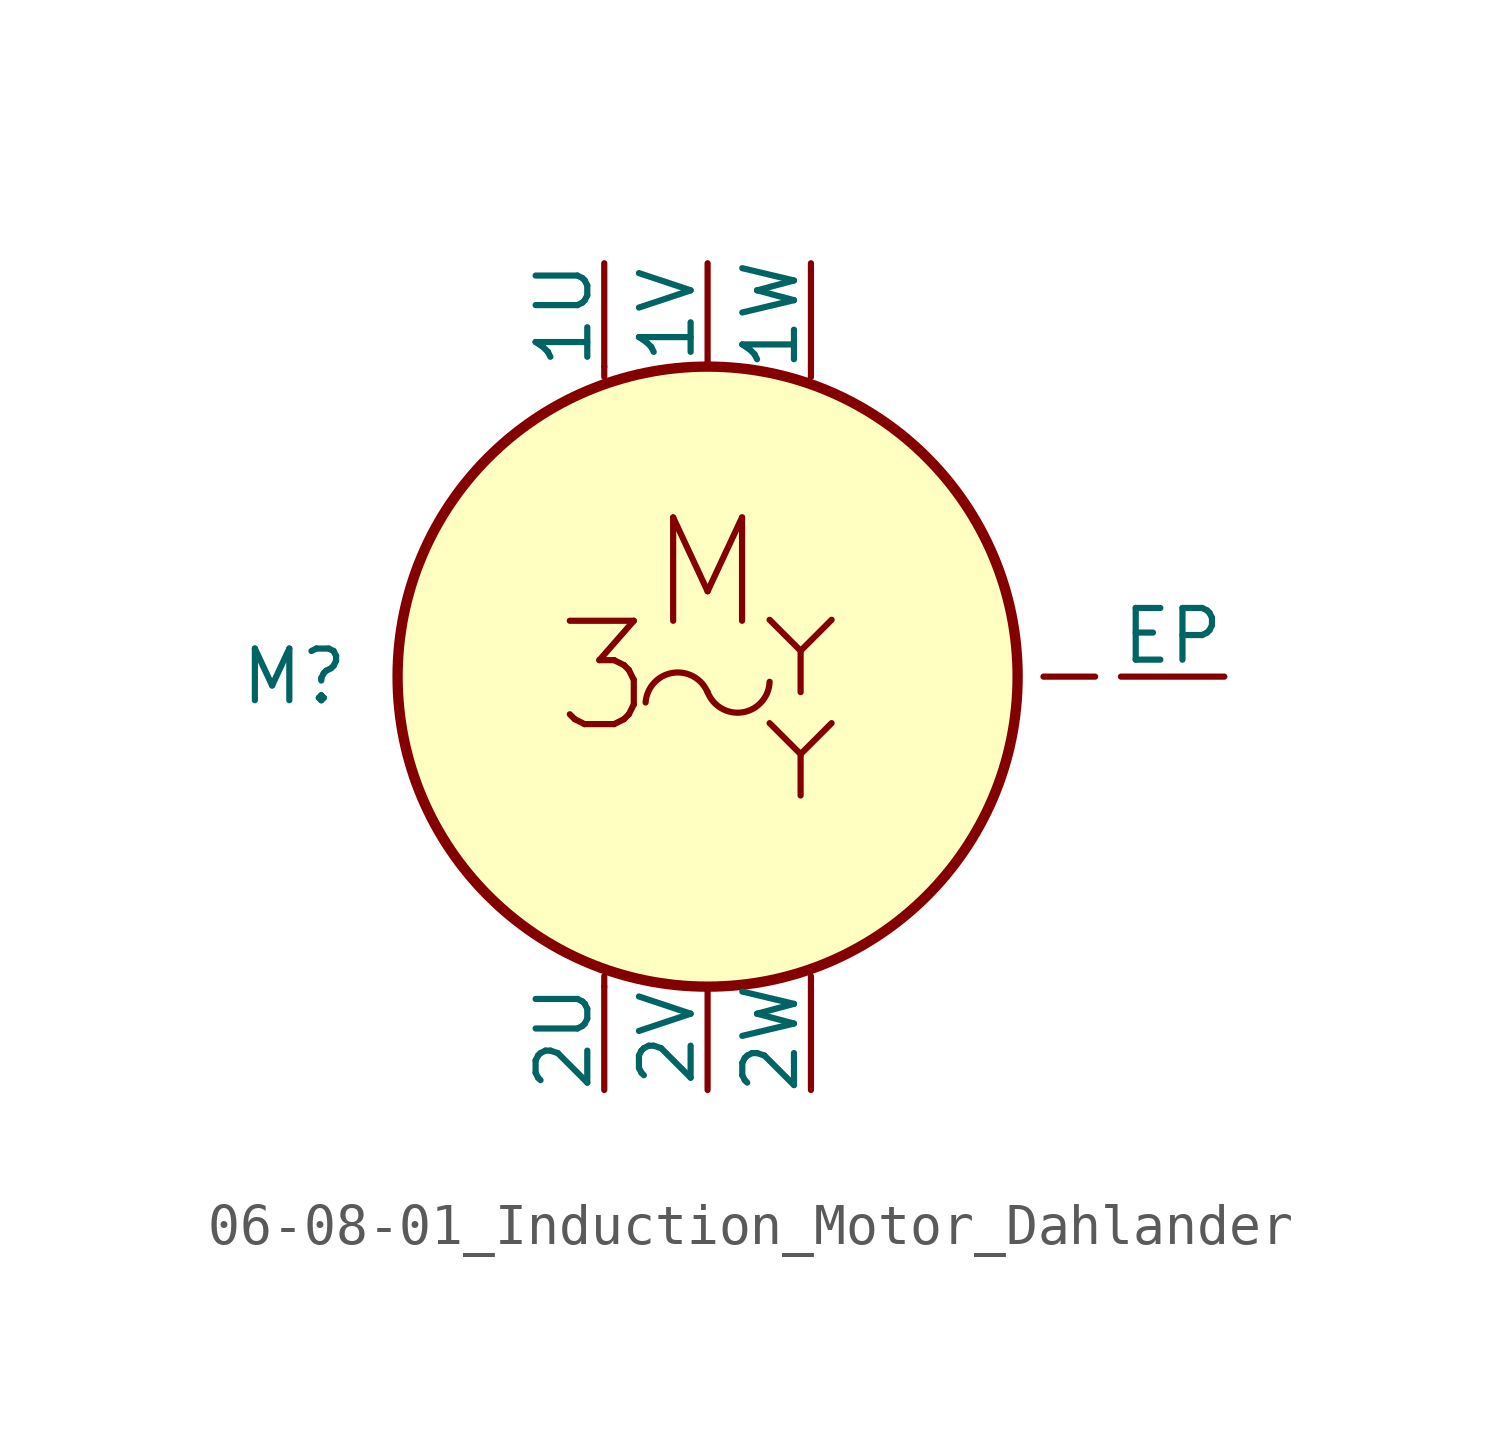
<source format=kicad_sym>
(kicad_symbol_lib
  (version 20201005)
  (generator kicad_symbol_editor)
  (symbol "Symbol_IEC_60617-6:06-08-01_Induction_Motor_Dahlander"
    (pin_numbers hide)
    (pin_names
      (offset 0))
    (property "Reference" "M"
      (at -10.16 0 0)
      (effects (font (size 1.27 1.27))))
    (symbol "06-08-01_Induction_Motor_Dahlander_0_1"
      (circle (center 0 0) (radius 7.62) (stroke (width 0.254)) (fill (type background)))
      (polyline (pts (xy -2.54 -7.62) (xy -2.54 -7.366)) (stroke (width 0.152)) (fill (type none)))
      (polyline (pts (xy -2.54 7.62) (xy -2.54 7.366)) (stroke (width 0.152)) (fill (type none)))
      (polyline (pts (xy 2.54 -7.62) (xy 2.54 -7.366)) (stroke (width 0.152)) (fill (type none)))
      (polyline (pts (xy 2.54 7.62) (xy 2.54 7.366)) (stroke (width 0.152)) (fill (type none))))
    (symbol "06-08-01_Induction_Motor_Dahlander_1_1"
      (arc (start 0 -0.381) (end -1.524 -0.635) (radius (at -0.7366 -0.6858) (length 0.7874) (angles 22.5 176.3)) (stroke (width 0)) (fill (type none)))
      (arc (start 1.524 -0.127) (end 0 -0.381) (radius (at 0.7112 -0.0762) (length 0.762) (angles -3.6 -156.8)) (stroke (width 0)) (fill (type none)))
      (text "3" (at -2.54 0 0) (effects (font (size 2.54 2.54))))
      (text "M" (at 0 2.54 0) (effects (font (size 2.54 2.54))))
      (polyline (pts (xy 2.286 -1.905) (xy 3.048 -1.143)) (stroke (width 0)) (fill (type none)))
      (polyline (pts (xy 2.286 0.635) (xy 3.048 1.397)) (stroke (width 0)) (fill (type none)))
      (polyline (pts (xy 9.525 0) (xy 8.255 0)) (stroke (width 0.152)) (fill (type none)))
      (polyline (pts (xy 2.286 -2.921) (xy 2.286 -1.905) (xy 1.524 -1.143)) (stroke (width 0)) (fill (type none)))
      (polyline (pts (xy 2.286 -0.381) (xy 2.286 0.635) (xy 1.524 1.397)) (stroke (width 0)) (fill (type none)))
      (pin passive line (at -2.54 10.16 270) (length 2.54) (name "1U" (effects (font (size 1.27 1.27)))) (number "1" (effects (font (size 1.27 1.27)))))
      (pin passive line (at 0 10.16 270) (length 2.54) (name "1V" (effects (font (size 1.27 1.27)))) (number "2" (effects (font (size 1.27 1.27)))))
      (pin passive line (at 2.54 10.16 270) (length 2.54) (name "1W" (effects (font (size 1.27 1.27)))) (number "3" (effects (font (size 1.27 1.27)))))
      (pin passive line (at -2.54 -10.16 90) (length 2.54) (name "2U" (effects (font (size 1.27 1.27)))) (number "4" (effects (font (size 1.27 1.27)))))
      (pin passive line (at 0 -10.16 90) (length 2.54) (name "2V" (effects (font (size 1.27 1.27)))) (number "5" (effects (font (size 1.27 1.27)))))
      (pin passive line (at 2.54 -10.16 90) (length 2.54) (name "2W" (effects (font (size 1.27 1.27)))) (number "6" (effects (font (size 1.27 1.27)))))
      (pin passive line (at 12.7 0 180) (length 2.54) (name "EP" (effects (font (size 1.27 1.27)))) (number "~" (effects (font (size 1.27 1.27))))))))
</source>
